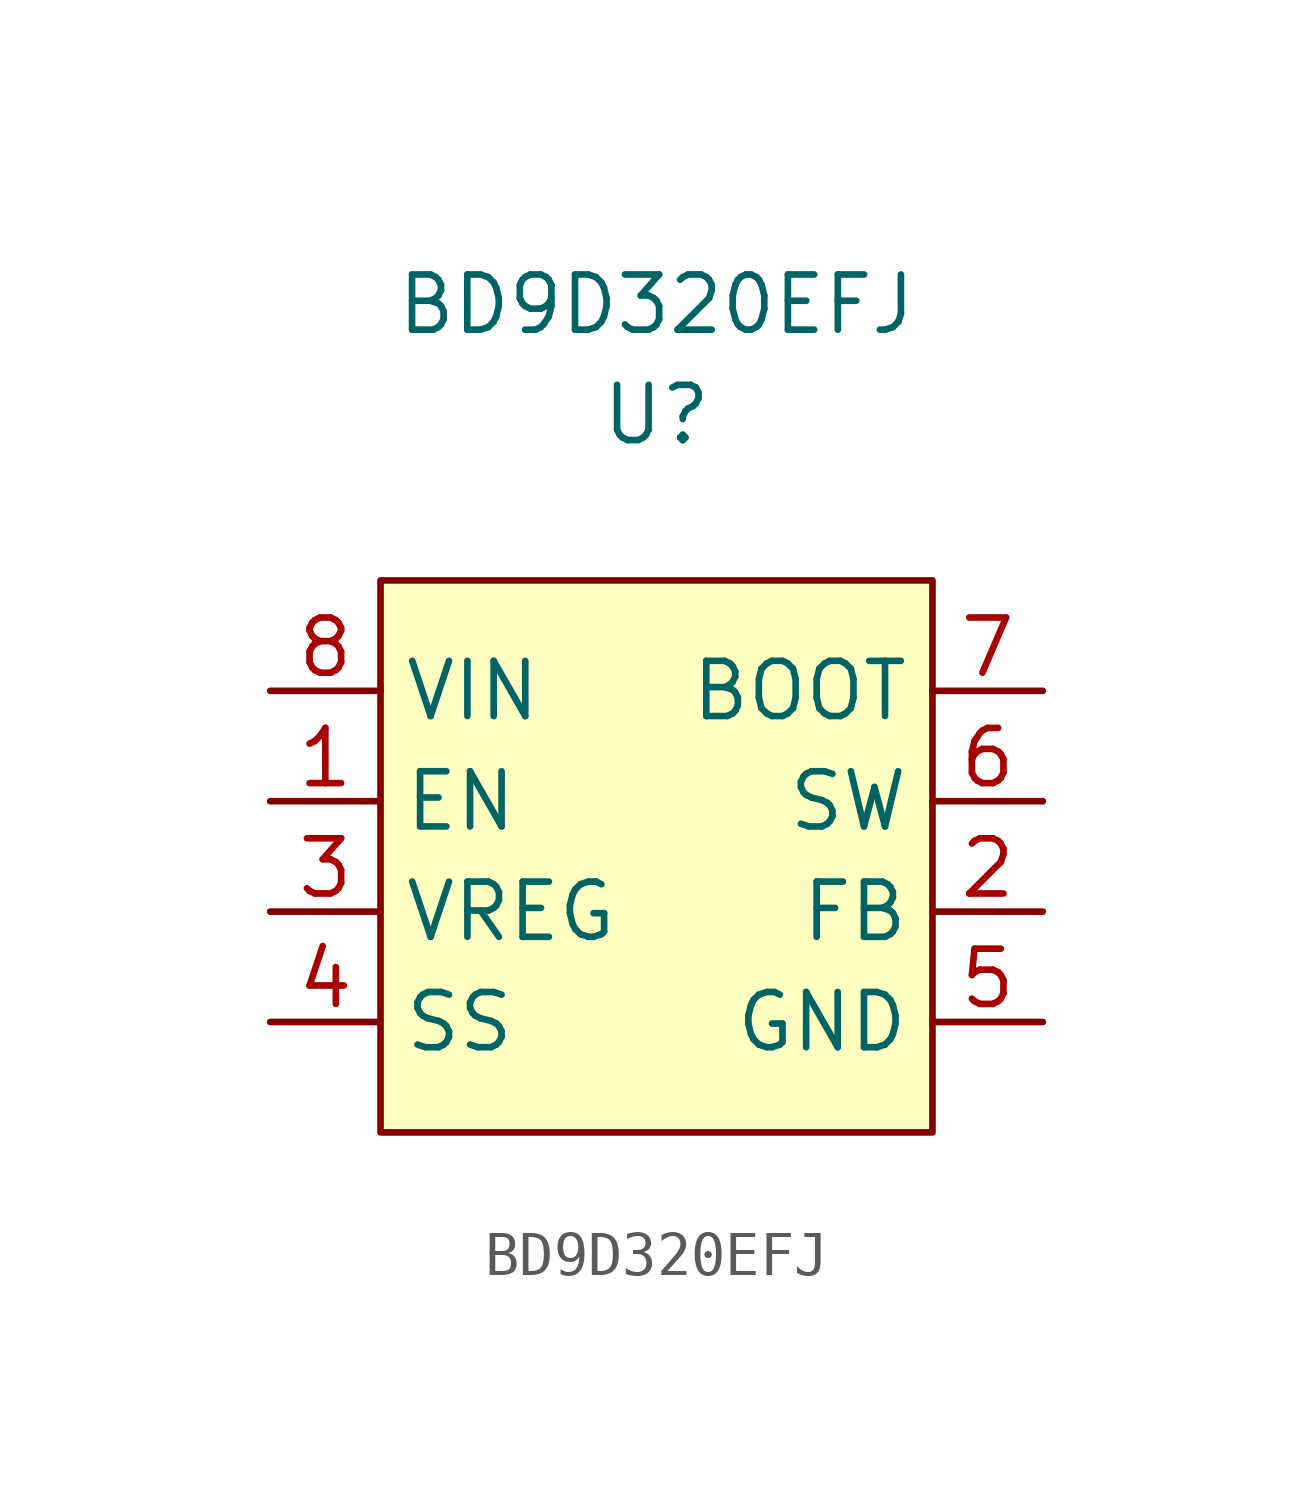
<source format=kicad_sym>
(kicad_symbol_lib
  (version 20211014)
  (generator kicad_symbol_editor)
  (symbol "BD9D320EFJ"
    (property "Reference" "U"
      (at 0 6.35 0)
      (effects (font (size 1.27 1.27))))
    (property "Value" "BD9D320EFJ"
      (at 0 8.89 0)
      (effects (font (size 1.27 1.27))))
    (symbol "BD9D320EFJ_0_1"
      (rectangle (start -6.35 2.54) (end 6.35 -10.16) (stroke (width 0) (type default) (color 0 0 0 0)) (fill (type background))))
    (symbol "BD9D320EFJ_1_1"
      (pin input line (at -8.89 -2.54 0) (length 2.54) (name "EN" (effects (font (size 1.27 1.27)))) (number "1" (effects (font (size 1.27 1.27)))))
      (pin input line (at 8.89 -5.08 180) (length 2.54) (name "FB" (effects (font (size 1.27 1.27)))) (number "2" (effects (font (size 1.27 1.27)))))
      (pin input line (at -8.89 -5.08 0) (length 2.54) (name "VREG" (effects (font (size 1.27 1.27)))) (number "3" (effects (font (size 1.27 1.27)))))
      (pin input line (at -8.89 -7.62 0) (length 2.54) (name "SS" (effects (font (size 1.27 1.27)))) (number "4" (effects (font (size 1.27 1.27)))))
      (pin input line (at 8.89 -7.62 180) (length 2.54) (name "GND" (effects (font (size 1.27 1.27)))) (number "5" (effects (font (size 1.27 1.27)))))
      (pin input line (at 8.89 -2.54 180) (length 2.54) (name "SW" (effects (font (size 1.27 1.27)))) (number "6" (effects (font (size 1.27 1.27)))))
      (pin input line (at 8.89 0 180) (length 2.54) (name "BOOT" (effects (font (size 1.27 1.27)))) (number "7" (effects (font (size 1.27 1.27)))))
      (pin input line (at -8.89 0 0) (length 2.54) (name "VIN" (effects (font (size 1.27 1.27)))) (number "8" (effects (font (size 1.27 1.27)))))
      (pin input line (at 8.89 -7.62 180) (length 2.54) hide (name "GND" (effects (font (size 1.27 1.27)))) (number "9" (effects (font (size 1.27 1.27))))))))
</source>
